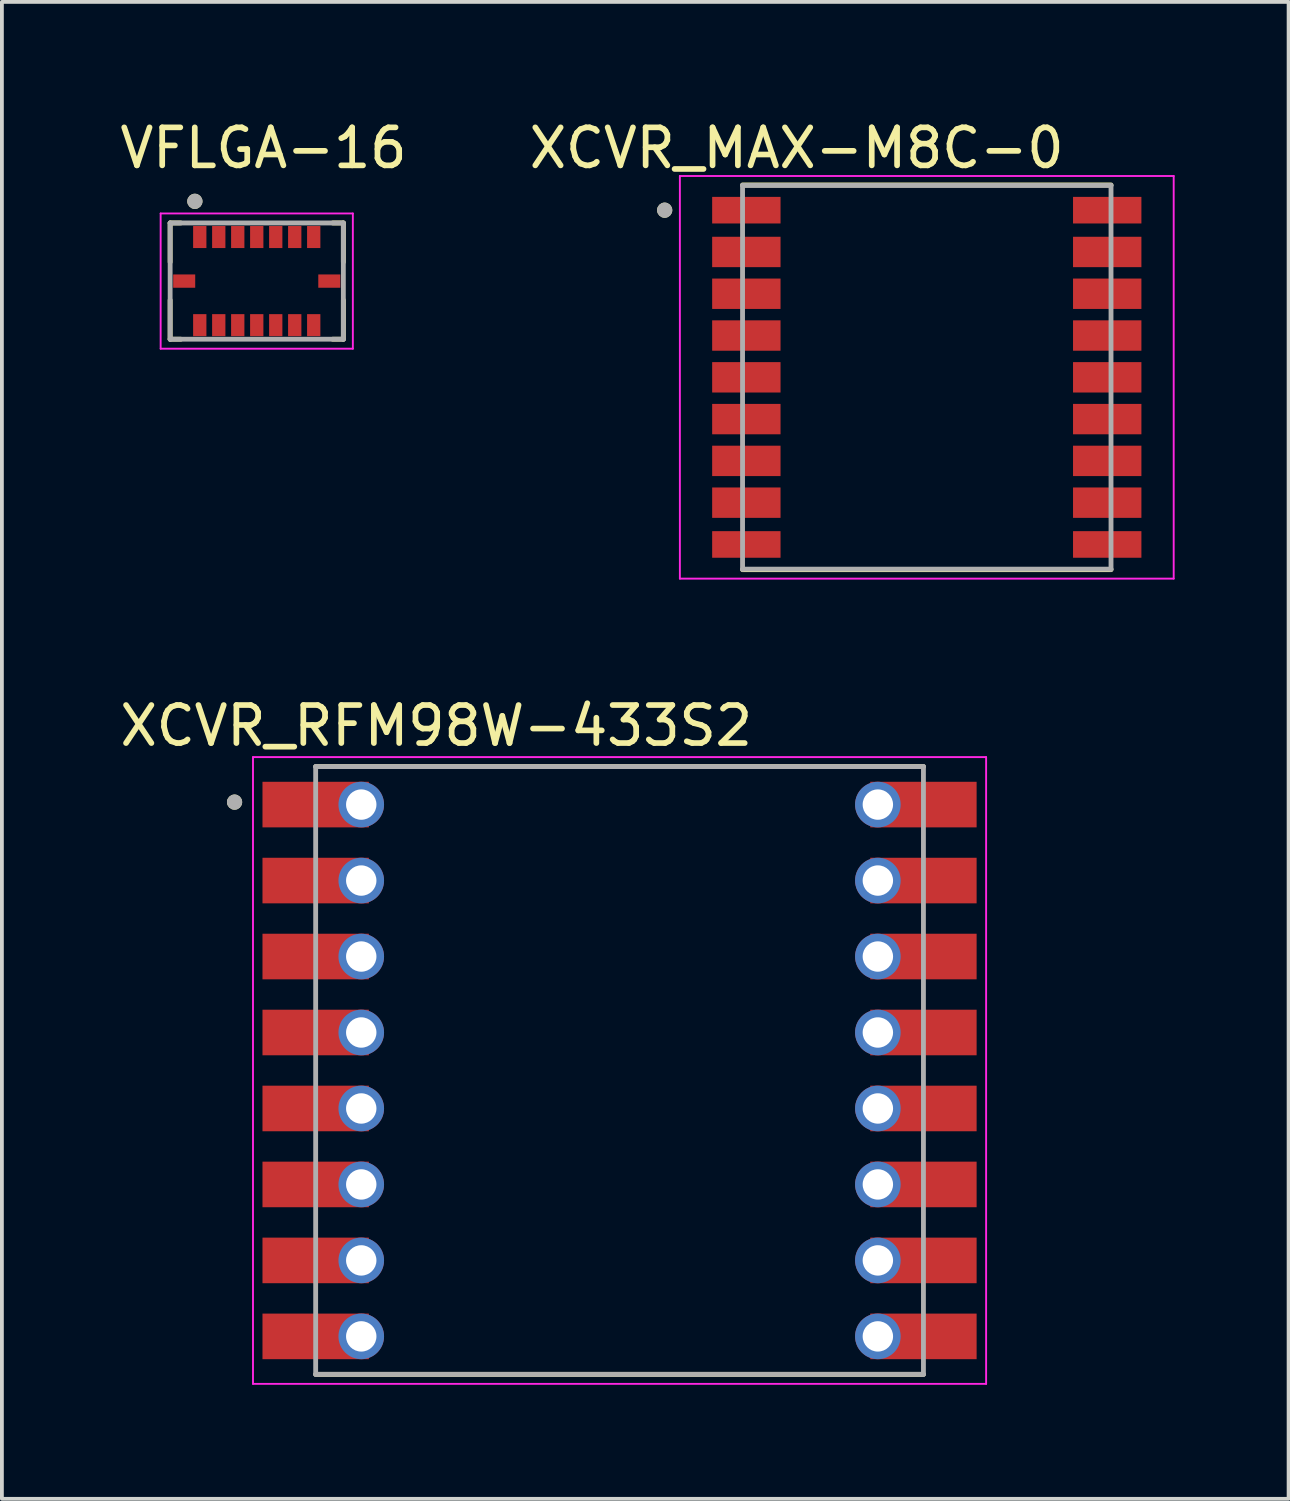
<source format=kicad_pcb>
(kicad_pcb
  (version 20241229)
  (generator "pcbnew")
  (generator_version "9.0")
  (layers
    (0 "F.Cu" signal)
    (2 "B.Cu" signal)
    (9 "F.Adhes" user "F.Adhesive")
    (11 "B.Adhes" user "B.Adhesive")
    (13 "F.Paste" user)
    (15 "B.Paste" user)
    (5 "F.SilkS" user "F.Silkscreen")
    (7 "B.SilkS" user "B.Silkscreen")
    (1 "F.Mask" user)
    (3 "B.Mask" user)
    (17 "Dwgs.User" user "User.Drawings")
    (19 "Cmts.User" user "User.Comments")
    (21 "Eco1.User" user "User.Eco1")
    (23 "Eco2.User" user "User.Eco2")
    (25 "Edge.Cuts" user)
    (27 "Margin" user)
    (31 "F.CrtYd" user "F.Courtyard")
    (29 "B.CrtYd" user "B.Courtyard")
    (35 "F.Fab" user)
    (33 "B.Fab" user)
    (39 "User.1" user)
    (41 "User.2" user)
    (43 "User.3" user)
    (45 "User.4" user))
  (footprint "VFLGA-16"
    (layer "F.Cu")
    (at 3.709 4.35)
    (property "Reference" "VFLGA-16" (at 0.178 -3.502 0) (layer "F.SilkS") (effects (font (size 1 1) (thickness 0.15))))
    (attr through_hole)
    (fp_line (start -2.28 -1.53) (end -2 -1.53) (stroke (width 0.127) (type solid)) (layer "F.SilkS"))
    (fp_line (start -2.28 -0.5) (end -2.28 -1.53) (stroke (width 0.127) (type solid)) (layer "F.SilkS"))
    (fp_line (start -2.28 1.53) (end -2.28 0.5) (stroke (width 0.127) (type solid)) (layer "F.SilkS"))
    (fp_line (start -2 1.53) (end -2.28 1.53) (stroke (width 0.127) (type solid)) (layer "F.SilkS"))
    (fp_line (start 2.28 -1.53) (end 2 -1.53) (stroke (width 0.127) (type solid)) (layer "F.SilkS"))
    (fp_line (start 2.28 -0.5) (end 2.28 -1.53) (stroke (width 0.127) (type solid)) (layer "F.SilkS"))
    (fp_line (start 2.28 0.5) (end 2.28 1.53) (stroke (width 0.127) (type solid)) (layer "F.SilkS"))
    (fp_line (start 2.28 1.53) (end 2 1.53) (stroke (width 0.127) (type solid)) (layer "F.SilkS"))
    (fp_circle (center -1.629 -2.1) (end -1.529 -2.1) (stroke (width 0.2) (type solid)) (fill no) (layer "F.SilkS"))
    (fp_line (start -2.53 -1.78) (end 2.53 -1.78) (stroke (width 0.05) (type solid)) (layer "F.CrtYd"))
    (fp_line (start -2.53 1.78) (end -2.53 -1.78) (stroke (width 0.05) (type solid)) (layer "F.CrtYd"))
    (fp_line (start 2.53 -1.78) (end 2.53 1.78) (stroke (width 0.05) (type solid)) (layer "F.CrtYd"))
    (fp_line (start 2.53 1.78) (end -2.53 1.78) (stroke (width 0.05) (type solid)) (layer "F.CrtYd"))
    (fp_line (start -2.28 -1.53) (end 2.28 -1.53) (stroke (width 0.127) (type solid)) (layer "F.Fab"))
    (fp_line (start -2.28 1.53) (end -2.28 -1.53) (stroke (width 0.127) (type solid)) (layer "F.Fab"))
    (fp_line (start 2.28 -1.53) (end 2.28 1.53) (stroke (width 0.127) (type solid)) (layer "F.Fab"))
    (fp_line (start 2.28 1.53) (end -2.28 1.53) (stroke (width 0.127) (type solid)) (layer "F.Fab"))
    (fp_circle (center -1.629 -2.1) (end -1.529 -2.1) (stroke (width 0.2) (type solid)) (fill no) (layer "F.Fab"))
    (pad "1" smd rect (at -1.5 -1.16) (size 0.35 0.58) (layers "F.Cu" "F.Mask" "F.Paste"))
    (pad "2" smd rect (at -1 -1.16) (size 0.35 0.58) (layers "F.Cu" "F.Mask" "F.Paste"))
    (pad "3" smd rect (at -0.5 -1.16) (size 0.35 0.58) (layers "F.Cu" "F.Mask" "F.Paste"))
    (pad "4" smd rect (at 0 -1.16) (size 0.35 0.58) (layers "F.Cu" "F.Mask" "F.Paste"))
    (pad "5" smd rect (at 0.5 -1.16) (size 0.35 0.58) (layers "F.Cu" "F.Mask" "F.Paste"))
    (pad "6" smd rect (at 1 -1.16) (size 0.35 0.58) (layers "F.Cu" "F.Mask" "F.Paste"))
    (pad "7" smd rect (at 1.5 -1.16) (size 0.35 0.58) (layers "F.Cu" "F.Mask" "F.Paste"))
    (pad "8" smd rect (at 1.91 0) (size 0.58 0.35) (layers "F.Cu" "F.Mask" "F.Paste"))
    (pad "9" smd rect (at 1.5 1.16) (size 0.35 0.58) (layers "F.Cu" "F.Mask" "F.Paste"))
    (pad "10" smd rect (at 1 1.16) (size 0.35 0.58) (layers "F.Cu" "F.Mask" "F.Paste"))
    (pad "11" smd rect (at 0.5 1.16) (size 0.35 0.58) (layers "F.Cu" "F.Mask" "F.Paste"))
    (pad "12" smd rect (at 0 1.16) (size 0.35 0.58) (layers "F.Cu" "F.Mask" "F.Paste"))
    (pad "13" smd rect (at -0.5 1.16) (size 0.35 0.58) (layers "F.Cu" "F.Mask" "F.Paste"))
    (pad "14" smd rect (at -1 1.16) (size 0.35 0.58) (layers "F.Cu" "F.Mask" "F.Paste"))
    (pad "15" smd rect (at -1.5 1.16) (size 0.35 0.58) (layers "F.Cu" "F.Mask" "F.Paste"))
    (pad "16" smd rect (at -1.91 0) (size 0.58 0.35) (layers "F.Cu" "F.Mask" "F.Paste")))
  (footprint "XCVR_RFM98W-433S2"
    (layer "F.Cu")
    (at 13.26 25.131)
    (property "Reference" "XCVR_RFM98W-433S2" (at -4.825 -9.075 0) (layer "F.SilkS") (effects (font (size 1 1) (thickness 0.15))))
    (attr through_hole)
    (fp_line (start -8 -8) (end 8 -8) (stroke (width 0.127) (type solid)) (layer "F.SilkS"))
    (fp_line (start 8 8) (end -8 8) (stroke (width 0.127) (type solid)) (layer "F.SilkS"))
    (fp_circle (center -10.135 -7.065) (end -10.035 -7.065) (stroke (width 0.2) (type solid)) (fill no) (layer "F.SilkS"))
    (fp_line (start -9.65 -8.25) (end 9.65 -8.25) (stroke (width 0.05) (type solid)) (layer "F.CrtYd"))
    (fp_line (start -9.65 8.25) (end -9.65 -8.25) (stroke (width 0.05) (type solid)) (layer "F.CrtYd"))
    (fp_line (start 9.65 -8.25) (end 9.65 8.25) (stroke (width 0.05) (type solid)) (layer "F.CrtYd"))
    (fp_line (start 9.65 8.25) (end -9.65 8.25) (stroke (width 0.05) (type solid)) (layer "F.CrtYd"))
    (fp_line (start -8 -8) (end 8 -8) (stroke (width 0.127) (type solid)) (layer "F.Fab"))
    (fp_line (start -8 8) (end -8 -8) (stroke (width 0.127) (type solid)) (layer "F.Fab"))
    (fp_line (start 8 -8) (end 8 8) (stroke (width 0.127) (type solid)) (layer "F.Fab"))
    (fp_line (start 8 8) (end -8 8) (stroke (width 0.127) (type solid)) (layer "F.Fab"))
    (fp_circle (center -10.135 -7.065) (end -10.035 -7.065) (stroke (width 0.2) (type solid)) (fill no) (layer "F.Fab"))
    (pad "1" smd rect (at -8 -7) (size 2.8 1.2) (layers "F.Cu" "F.Mask" "F.Paste"))
    (pad "1" thru_hole circle (at -6.8 -7) (size 1.2 1.2) (drill 0.8) (layers "*.Cu" "*.Mask"))
    (pad "2" smd rect (at -8 -5) (size 2.8 1.2) (layers "F.Cu" "F.Mask" "F.Paste"))
    (pad "2" thru_hole circle (at -6.8 -5) (size 1.2 1.2) (drill 0.8) (layers "*.Cu" "*.Mask"))
    (pad "3" smd rect (at -8 -3) (size 2.8 1.2) (layers "F.Cu" "F.Mask" "F.Paste"))
    (pad "3" thru_hole circle (at -6.8 -3) (size 1.2 1.2) (drill 0.8) (layers "*.Cu" "*.Mask"))
    (pad "4" smd rect (at -8 -1) (size 2.8 1.2) (layers "F.Cu" "F.Mask" "F.Paste"))
    (pad "4" thru_hole circle (at -6.8 -1) (size 1.2 1.2) (drill 0.8) (layers "*.Cu" "*.Mask"))
    (pad "5" smd rect (at -8 1) (size 2.8 1.2) (layers "F.Cu" "F.Mask" "F.Paste"))
    (pad "5" thru_hole circle (at -6.8 1) (size 1.2 1.2) (drill 0.8) (layers "*.Cu" "*.Mask"))
    (pad "6" smd rect (at -8 3) (size 2.8 1.2) (layers "F.Cu" "F.Mask" "F.Paste"))
    (pad "6" thru_hole circle (at -6.8 3) (size 1.2 1.2) (drill 0.8) (layers "*.Cu" "*.Mask"))
    (pad "7" smd rect (at -8 5) (size 2.8 1.2) (layers "F.Cu" "F.Mask" "F.Paste"))
    (pad "7" thru_hole circle (at -6.8 5) (size 1.2 1.2) (drill 0.8) (layers "*.Cu" "*.Mask"))
    (pad "8" smd rect (at -8 7) (size 2.8 1.2) (layers "F.Cu" "F.Mask" "F.Paste"))
    (pad "8" thru_hole circle (at -6.8 7) (size 1.2 1.2) (drill 0.8) (layers "*.Cu" "*.Mask"))
    (pad "9" thru_hole circle (at 6.8 7) (size 1.2 1.2) (drill 0.8) (layers "*.Cu" "*.Mask"))
    (pad "9" smd rect (at 8 7) (size 2.8 1.2) (layers "F.Cu" "F.Mask" "F.Paste"))
    (pad "10" thru_hole circle (at 6.8 5) (size 1.2 1.2) (drill 0.8) (layers "*.Cu" "*.Mask"))
    (pad "10" smd rect (at 8 5) (size 2.8 1.2) (layers "F.Cu" "F.Mask" "F.Paste"))
    (pad "11" thru_hole circle (at 6.8 3) (size 1.2 1.2) (drill 0.8) (layers "*.Cu" "*.Mask"))
    (pad "11" smd rect (at 8 3) (size 2.8 1.2) (layers "F.Cu" "F.Mask" "F.Paste"))
    (pad "12" thru_hole circle (at 6.8 1) (size 1.2 1.2) (drill 0.8) (layers "*.Cu" "*.Mask"))
    (pad "12" smd rect (at 8 1) (size 2.8 1.2) (layers "F.Cu" "F.Mask" "F.Paste"))
    (pad "13" thru_hole circle (at 6.8 -1) (size 1.2 1.2) (drill 0.8) (layers "*.Cu" "*.Mask"))
    (pad "13" smd rect (at 8 -1) (size 2.8 1.2) (layers "F.Cu" "F.Mask" "F.Paste"))
    (pad "14" thru_hole circle (at 6.8 -3) (size 1.2 1.2) (drill 0.8) (layers "*.Cu" "*.Mask"))
    (pad "14" smd rect (at 8 -3) (size 2.8 1.2) (layers "F.Cu" "F.Mask" "F.Paste"))
    (pad "15" thru_hole circle (at 6.8 -5) (size 1.2 1.2) (drill 0.8) (layers "*.Cu" "*.Mask"))
    (pad "15" smd rect (at 8 -5) (size 2.8 1.2) (layers "F.Cu" "F.Mask" "F.Paste"))
    (pad "16" thru_hole circle (at 6.8 -7) (size 1.2 1.2) (drill 0.8) (layers "*.Cu" "*.Mask"))
    (pad "16" smd rect (at 8 -7) (size 2.8 1.2) (layers "F.Cu" "F.Mask" "F.Paste")))
  (footprint "XCVR_MAX-M8C-0"
    (layer "F.Cu")
    (at 21.348 6.883)
    (property "Reference" "XCVR_MAX-M8C-0" (at -3.425 -6.035 0) (layer "F.SilkS") (effects (font (size 1 1) (thickness 0.15))))
    (attr through_hole)
    (fp_poly (pts (xy -5.65 -4.75) (xy -3.85 -4.75) (xy -3.85 -4.05) (xy -5.65 -4.05)) (stroke (width 0.01) (type solid)) (fill yes) (layer "F.Mask"))
    (fp_poly (pts (xy -5.65 -3.7) (xy -3.85 -3.7) (xy -3.85 -2.9) (xy -5.65 -2.9)) (stroke (width 0.01) (type solid)) (fill yes) (layer "F.Mask"))
    (fp_poly (pts (xy -5.65 -2.6) (xy -3.85 -2.6) (xy -3.85 -1.8) (xy -5.65 -1.8)) (stroke (width 0.01) (type solid)) (fill yes) (layer "F.Mask"))
    (fp_poly (pts (xy -5.65 -1.5) (xy -3.85 -1.5) (xy -3.85 -0.7) (xy -5.65 -0.7)) (stroke (width 0.01) (type solid)) (fill yes) (layer "F.Mask"))
    (fp_poly (pts (xy -5.65 -0.4) (xy -3.85 -0.4) (xy -3.85 0.4) (xy -5.65 0.4)) (stroke (width 0.01) (type solid)) (fill yes) (layer "F.Mask"))
    (fp_poly (pts (xy -5.65 0.7) (xy -3.85 0.7) (xy -3.85 1.5) (xy -5.65 1.5)) (stroke (width 0.01) (type solid)) (fill yes) (layer "F.Mask"))
    (fp_poly (pts (xy -5.65 1.8) (xy -3.85 1.8) (xy -3.85 2.6) (xy -5.65 2.6)) (stroke (width 0.01) (type solid)) (fill yes) (layer "F.Mask"))
    (fp_poly (pts (xy -5.65 2.9) (xy -3.85 2.9) (xy -3.85 3.7) (xy -5.65 3.7)) (stroke (width 0.01) (type solid)) (fill yes) (layer "F.Mask"))
    (fp_poly (pts (xy -5.65 4.05) (xy -3.85 4.05) (xy -3.85 4.75) (xy -5.65 4.75)) (stroke (width 0.01) (type solid)) (fill yes) (layer "F.Mask"))
    (fp_poly (pts (xy 3.85 -4.75) (xy 5.65 -4.75) (xy 5.65 -4.05) (xy 3.85 -4.05)) (stroke (width 0.01) (type solid)) (fill yes) (layer "F.Mask"))
    (fp_poly (pts (xy 3.85 -3.7) (xy 5.65 -3.7) (xy 5.65 -2.9) (xy 3.85 -2.9)) (stroke (width 0.01) (type solid)) (fill yes) (layer "F.Mask"))
    (fp_poly (pts (xy 3.85 -2.6) (xy 5.65 -2.6) (xy 5.65 -1.8) (xy 3.85 -1.8)) (stroke (width 0.01) (type solid)) (fill yes) (layer "F.Mask"))
    (fp_poly (pts (xy 3.85 -1.5) (xy 5.65 -1.5) (xy 5.65 -0.7) (xy 3.85 -0.7)) (stroke (width 0.01) (type solid)) (fill yes) (layer "F.Mask"))
    (fp_poly (pts (xy 3.85 -0.4) (xy 5.65 -0.4) (xy 5.65 0.4) (xy 3.85 0.4)) (stroke (width 0.01) (type solid)) (fill yes) (layer "F.Mask"))
    (fp_poly (pts (xy 3.85 0.7) (xy 5.65 0.7) (xy 5.65 1.5) (xy 3.85 1.5)) (stroke (width 0.01) (type solid)) (fill yes) (layer "F.Mask"))
    (fp_poly (pts (xy 3.85 1.8) (xy 5.65 1.8) (xy 5.65 2.6) (xy 3.85 2.6)) (stroke (width 0.01) (type solid)) (fill yes) (layer "F.Mask"))
    (fp_poly (pts (xy 3.85 2.9) (xy 5.65 2.9) (xy 5.65 3.7) (xy 3.85 3.7)) (stroke (width 0.01) (type solid)) (fill yes) (layer "F.Mask"))
    (fp_poly (pts (xy 3.85 4.05) (xy 5.65 4.05) (xy 5.65 4.75) (xy 3.85 4.75)) (stroke (width 0.01) (type solid)) (fill yes) (layer "F.Mask"))
    (fp_line (start -4.85 -5.064) (end 4.85 -5.064) (stroke (width 0.127) (type solid)) (layer "F.SilkS"))
    (fp_line (start -4.85 5.064) (end 4.85 5.064) (stroke (width 0.127) (type solid)) (layer "F.SilkS"))
    (fp_circle (center -6.9 -4.4) (end -6.8 -4.4) (stroke (width 0.2) (type solid)) (fill no) (layer "F.SilkS"))
    (fp_poly (pts (xy -6.25 -4.75) (xy -4.85 -4.75) (xy -4.85 -4.65) (xy -3.95 -4.65) (xy -3.95 -4.15) (xy -4.85 -4.15) (xy -4.85 -4.05) (xy -6.25 -4.05)) (stroke (width 0.01) (type solid)) (fill yes) (layer "F.Paste"))
    (fp_poly (pts (xy -6.25 -3.7) (xy -4.85 -3.7) (xy -4.85 -3.6) (xy -3.95 -3.6) (xy -3.95 -3) (xy -4.85 -3) (xy -4.85 -2.9) (xy -6.25 -2.9)) (stroke (width 0.01) (type solid)) (fill yes) (layer "F.Paste"))
    (fp_poly (pts (xy -6.25 -2.6) (xy -4.85 -2.6) (xy -4.85 -2.5) (xy -3.95 -2.5) (xy -3.95 -1.9) (xy -4.85 -1.9) (xy -4.85 -1.8) (xy -6.25 -1.8)) (stroke (width 0.01) (type solid)) (fill yes) (layer "F.Paste"))
    (fp_poly (pts (xy -6.25 -1.5) (xy -4.85 -1.5) (xy -4.85 -1.4) (xy -3.95 -1.4) (xy -3.95 -0.8) (xy -4.85 -0.8) (xy -4.85 -0.7) (xy -6.25 -0.7)) (stroke (width 0.01) (type solid)) (fill yes) (layer "F.Paste"))
    (fp_poly (pts (xy -6.25 -0.4) (xy -4.85 -0.4) (xy -4.85 -0.3) (xy -3.95 -0.3) (xy -3.95 0.3) (xy -4.85 0.3) (xy -4.85 0.4) (xy -6.25 0.4)) (stroke (width 0.01) (type solid)) (fill yes) (layer "F.Paste"))
    (fp_poly (pts (xy -6.25 0.7) (xy -4.85 0.7) (xy -4.85 0.8) (xy -3.95 0.8) (xy -3.95 1.4) (xy -4.85 1.4) (xy -4.85 1.5) (xy -6.25 1.5)) (stroke (width 0.01) (type solid)) (fill yes) (layer "F.Paste"))
    (fp_poly (pts (xy -6.25 1.8) (xy -4.85 1.8) (xy -4.85 1.9) (xy -3.95 1.9) (xy -3.95 2.5) (xy -4.85 2.5) (xy -4.85 2.6) (xy -6.25 2.6)) (stroke (width 0.01) (type solid)) (fill yes) (layer "F.Paste"))
    (fp_poly (pts (xy -6.25 2.9) (xy -4.85 2.9) (xy -4.85 3) (xy -3.95 3) (xy -3.95 3.6) (xy -4.85 3.6) (xy -4.85 3.7) (xy -6.25 3.7)) (stroke (width 0.01) (type solid)) (fill yes) (layer "F.Paste"))
    (fp_poly (pts (xy -6.25 4.05) (xy -4.85 4.05) (xy -4.85 4.15) (xy -3.95 4.15) (xy -3.95 4.65) (xy -4.85 4.65) (xy -4.85 4.75) (xy -6.25 4.75)) (stroke (width 0.01) (type solid)) (fill yes) (layer "F.Paste"))
    (fp_poly (pts (xy 6.25 -4.05) (xy 4.85 -4.05) (xy 4.85 -4.15) (xy 3.95 -4.15) (xy 3.95 -4.65) (xy 4.85 -4.65) (xy 4.85 -4.75) (xy 6.25 -4.75)) (stroke (width 0.01) (type solid)) (fill yes) (layer "F.Paste"))
    (fp_poly (pts (xy 6.25 -2.9) (xy 4.85 -2.9) (xy 4.85 -3) (xy 3.95 -3) (xy 3.95 -3.6) (xy 4.85 -3.6) (xy 4.85 -3.7) (xy 6.25 -3.7)) (stroke (width 0.01) (type solid)) (fill yes) (layer "F.Paste"))
    (fp_poly (pts (xy 6.25 -1.8) (xy 4.85 -1.8) (xy 4.85 -1.9) (xy 3.95 -1.9) (xy 3.95 -2.5) (xy 4.85 -2.5) (xy 4.85 -2.6) (xy 6.25 -2.6)) (stroke (width 0.01) (type solid)) (fill yes) (layer "F.Paste"))
    (fp_poly (pts (xy 6.25 -0.7) (xy 4.85 -0.7) (xy 4.85 -0.8) (xy 3.95 -0.8) (xy 3.95 -1.4) (xy 4.85 -1.4) (xy 4.85 -1.5) (xy 6.25 -1.5)) (stroke (width 0.01) (type solid)) (fill yes) (layer "F.Paste"))
    (fp_poly (pts (xy 6.25 0.4) (xy 4.85 0.4) (xy 4.85 0.3) (xy 3.95 0.3) (xy 3.95 -0.3) (xy 4.85 -0.3) (xy 4.85 -0.4) (xy 6.25 -0.4)) (stroke (width 0.01) (type solid)) (fill yes) (layer "F.Paste"))
    (fp_poly (pts (xy 6.25 1.5) (xy 4.85 1.5) (xy 4.85 1.4) (xy 3.95 1.4) (xy 3.95 0.8) (xy 4.85 0.8) (xy 4.85 0.7) (xy 6.25 0.7)) (stroke (width 0.01) (type solid)) (fill yes) (layer "F.Paste"))
    (fp_poly (pts (xy 6.25 2.6) (xy 4.85 2.6) (xy 4.85 2.5) (xy 3.95 2.5) (xy 3.95 1.9) (xy 4.85 1.9) (xy 4.85 1.8) (xy 6.25 1.8)) (stroke (width 0.01) (type solid)) (fill yes) (layer "F.Paste"))
    (fp_poly (pts (xy 6.25 3.7) (xy 4.85 3.7) (xy 4.85 3.6) (xy 3.95 3.6) (xy 3.95 3) (xy 4.85 3) (xy 4.85 2.9) (xy 6.25 2.9)) (stroke (width 0.01) (type solid)) (fill yes) (layer "F.Paste"))
    (fp_poly (pts (xy 6.25 4.75) (xy 4.85 4.75) (xy 4.85 4.65) (xy 3.95 4.65) (xy 3.95 4.15) (xy 4.85 4.15) (xy 4.85 4.05) (xy 6.25 4.05)) (stroke (width 0.01) (type solid)) (fill yes) (layer "F.Paste"))
    (fp_line (start -6.5 -5.3) (end 6.5 -5.3) (stroke (width 0.05) (type solid)) (layer "F.CrtYd"))
    (fp_line (start -6.5 5.3) (end -6.5 -5.3) (stroke (width 0.05) (type solid)) (layer "F.CrtYd"))
    (fp_line (start 6.5 -5.3) (end 6.5 5.3) (stroke (width 0.05) (type solid)) (layer "F.CrtYd"))
    (fp_line (start 6.5 5.3) (end -6.5 5.3) (stroke (width 0.05) (type solid)) (layer "F.CrtYd"))
    (fp_line (start -4.85 -5.05) (end 4.85 -5.05) (stroke (width 0.127) (type solid)) (layer "F.Fab"))
    (fp_line (start -4.85 5.05) (end -4.85 -5.05) (stroke (width 0.127) (type solid)) (layer "F.Fab"))
    (fp_line (start 4.85 -5.05) (end 4.85 5.05) (stroke (width 0.127) (type solid)) (layer "F.Fab"))
    (fp_line (start 4.85 5.05) (end -4.85 5.05) (stroke (width 0.127) (type solid)) (layer "F.Fab"))
    (fp_circle (center -6.9 -4.4) (end -6.8 -4.4) (stroke (width 0.2) (type solid)) (fill no) (layer "F.Fab"))
    (pad "1" smd rect (at -4.75 -4.4) (size 1.8 0.7) (layers "F.Cu"))
    (pad "2" smd rect (at -4.75 -3.3) (size 1.8 0.8) (layers "F.Cu"))
    (pad "3" smd rect (at -4.75 -2.2) (size 1.8 0.8) (layers "F.Cu"))
    (pad "4" smd rect (at -4.75 -1.1) (size 1.8 0.8) (layers "F.Cu"))
    (pad "5" smd rect (at -4.75 0) (size 1.8 0.8) (layers "F.Cu"))
    (pad "6" smd rect (at -4.75 1.1) (size 1.8 0.8) (layers "F.Cu"))
    (pad "7" smd rect (at -4.75 2.2) (size 1.8 0.8) (layers "F.Cu"))
    (pad "8" smd rect (at -4.75 3.3) (size 1.8 0.8) (layers "F.Cu"))
    (pad "9" smd rect (at -4.75 4.4) (size 1.8 0.7) (layers "F.Cu"))
    (pad "10" smd rect (at 4.75 4.4) (size 1.8 0.7) (layers "F.Cu"))
    (pad "11" smd rect (at 4.75 3.3) (size 1.8 0.8) (layers "F.Cu"))
    (pad "12" smd rect (at 4.75 2.2) (size 1.8 0.8) (layers "F.Cu"))
    (pad "13" smd rect (at 4.75 1.1) (size 1.8 0.8) (layers "F.Cu"))
    (pad "14" smd rect (at 4.75 0) (size 1.8 0.8) (layers "F.Cu"))
    (pad "15" smd rect (at 4.75 -1.1) (size 1.8 0.8) (layers "F.Cu"))
    (pad "16" smd rect (at 4.75 -2.2) (size 1.8 0.8) (layers "F.Cu"))
    (pad "17" smd rect (at 4.75 -3.3) (size 1.8 0.8) (layers "F.Cu"))
    (pad "18" smd rect (at 4.75 -4.4) (size 1.8 0.7) (layers "F.Cu")))
  (gr_rect
    (start -3 -3)
    (end 30.873 36.407)
    (stroke (width 0.1) (type default))
    (fill no)
    (layer "Edge.Cuts")))
</source>
